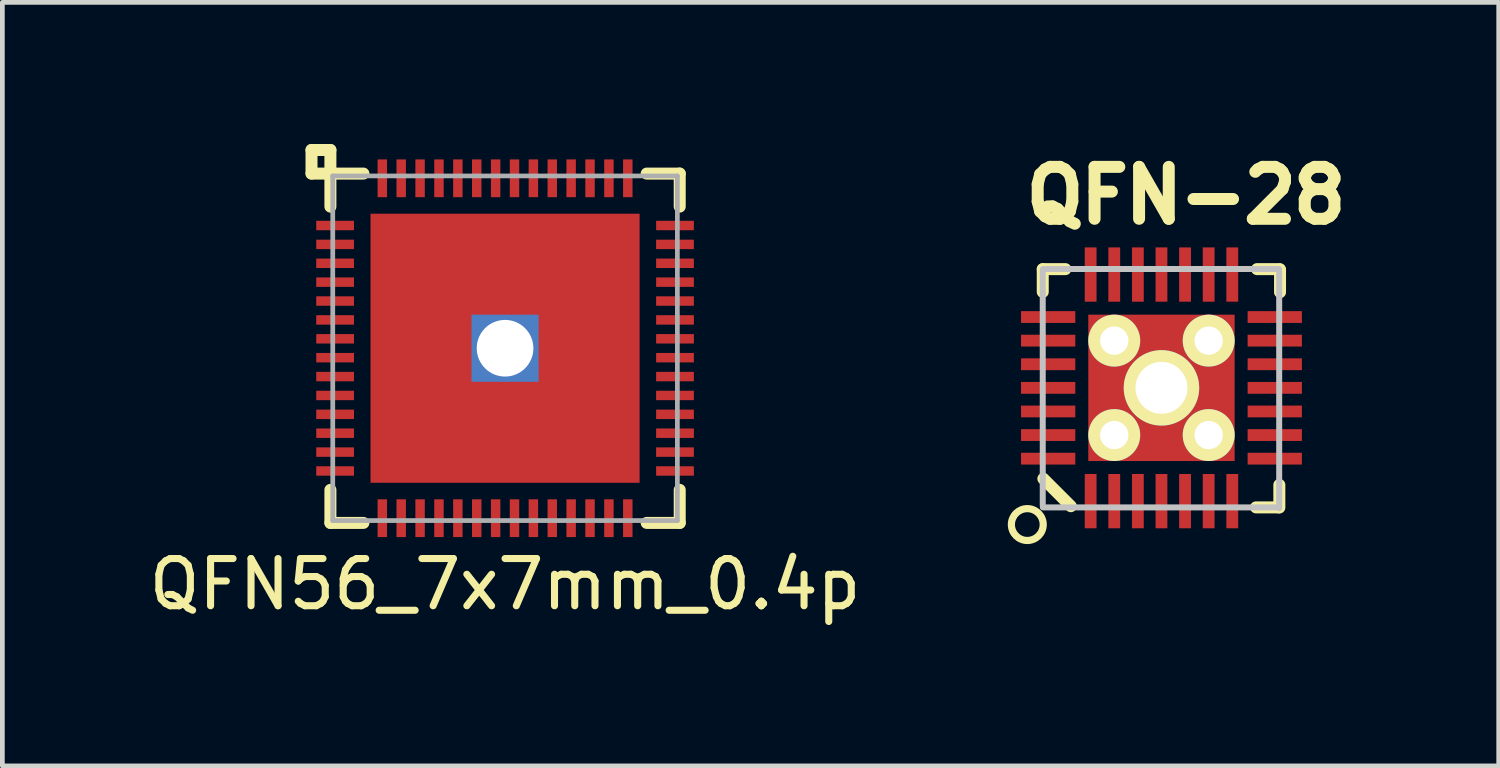
<source format=kicad_pcb>
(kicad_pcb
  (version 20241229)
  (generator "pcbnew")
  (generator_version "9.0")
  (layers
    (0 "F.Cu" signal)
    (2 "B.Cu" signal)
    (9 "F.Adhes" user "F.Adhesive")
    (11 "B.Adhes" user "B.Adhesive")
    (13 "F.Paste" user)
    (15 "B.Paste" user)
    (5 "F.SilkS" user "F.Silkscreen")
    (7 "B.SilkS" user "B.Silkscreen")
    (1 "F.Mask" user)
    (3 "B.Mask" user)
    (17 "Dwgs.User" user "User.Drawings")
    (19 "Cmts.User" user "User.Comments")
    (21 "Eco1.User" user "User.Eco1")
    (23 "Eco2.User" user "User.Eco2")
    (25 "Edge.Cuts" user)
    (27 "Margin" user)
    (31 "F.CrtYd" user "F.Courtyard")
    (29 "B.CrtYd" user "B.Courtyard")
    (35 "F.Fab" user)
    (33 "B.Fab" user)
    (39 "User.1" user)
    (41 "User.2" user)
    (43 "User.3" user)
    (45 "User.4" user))
  (footprint "QFN-28"
    (layer "F.Cu")
    (at 21.554 5.166)
    (property "Reference" "QFN-28" (at 0.521 -4.077 0) (layer "F.SilkS") (effects (font (size 1.1 1.1) (thickness 0.254))))
    (attr smd)
    (fp_line (start -2.515 -2.515) (end -2.035 -2.515) (stroke (width 0.254) (type solid)) (layer "F.SilkS"))
    (fp_line (start -2.515 -2.032) (end -2.515 -2.512) (stroke (width 0.254) (type solid)) (layer "F.SilkS"))
    (fp_line (start -2.502 1.925) (end -1.92 2.507) (stroke (width 0.254) (type solid)) (layer "F.SilkS"))
    (fp_line (start 2.002 2.532) (end 2.482 2.532) (stroke (width 0.254) (type solid)) (layer "F.SilkS"))
    (fp_line (start 2.497 2.535) (end 2.497 2.055) (stroke (width 0.254) (type solid)) (layer "F.SilkS"))
    (fp_line (start 2.504 -2.515) (end 2.024 -2.515) (stroke (width 0.254) (type solid)) (layer "F.SilkS"))
    (fp_line (start 2.512 -2.027) (end 2.512 -2.507) (stroke (width 0.254) (type solid)) (layer "F.SilkS"))
    (fp_circle (center -2.842 2.896) (end -3.081 3.134) (stroke (width 0.152) (type solid)) (fill no) (layer "F.SilkS"))
    (fp_line (start -1.417 0.47) (end -1.417 -0.472) (stroke (width 0.066) (type solid)) (layer "F.Paste"))
    (fp_line (start -1.415 -0.478) (end -0.742 -0.478) (stroke (width 0.066) (type solid)) (layer "F.Paste"))
    (fp_line (start -1.28 -0.378) (end -1.288 0.358) (stroke (width 0.254) (type solid)) (layer "F.Paste"))
    (fp_line (start -1.085 -0.368) (end -1.092 0.368) (stroke (width 0.254) (type solid)) (layer "F.Paste"))
    (fp_line (start -0.909 -0.366) (end -0.917 0.371) (stroke (width 0.254) (type solid)) (layer "F.Paste"))
    (fp_line (start -0.856 -0.386) (end -0.864 0.351) (stroke (width 0.254) (type solid)) (layer "F.Paste"))
    (fp_line (start -0.744 -0.478) (end -0.744 0.467) (stroke (width 0.066) (type solid)) (layer "F.Paste"))
    (fp_line (start -0.744 0.467) (end -1.417 0.47) (stroke (width 0.066) (type solid)) (layer "F.Paste"))
    (fp_line (start -0.467 -0.754) (end -0.467 -1.422) (stroke (width 0.066) (type solid)) (layer "F.Paste"))
    (fp_line (start -0.467 0.742) (end 0.478 0.747) (stroke (width 0.066) (type solid)) (layer "F.Paste"))
    (fp_line (start -0.467 1.417) (end -0.467 0.747) (stroke (width 0.066) (type solid)) (layer "F.Paste"))
    (fp_line (start -0.465 -1.425) (end 0.478 -1.425) (stroke (width 0.066) (type solid)) (layer "F.Paste"))
    (fp_line (start -0.465 -0.754) (end 0.475 -0.754) (stroke (width 0.066) (type solid)) (layer "F.Paste"))
    (fp_line (start -0.351 -1.326) (end 0.345 -1.328) (stroke (width 0.254) (type solid)) (layer "F.Paste"))
    (fp_line (start -0.348 -1.293) (end 0.348 -1.295) (stroke (width 0.254) (type solid)) (layer "F.Paste"))
    (fp_line (start -0.345 1.019) (end 0.351 1.016) (stroke (width 0.254) (type solid)) (layer "F.Paste"))
    (fp_line (start -0.345 1.179) (end 0.351 1.176) (stroke (width 0.254) (type solid)) (layer "F.Paste"))
    (fp_line (start -0.343 -1.13) (end 0.353 -1.133) (stroke (width 0.254) (type solid)) (layer "F.Paste"))
    (fp_line (start -0.34 0.859) (end 0.356 0.856) (stroke (width 0.254) (type solid)) (layer "F.Paste"))
    (fp_line (start -0.34 1.321) (end 0.356 1.318) (stroke (width 0.254) (type solid)) (layer "F.Paste"))
    (fp_line (start -0.333 -0.97) (end 0.363 -0.973) (stroke (width 0.254) (type solid)) (layer "F.Paste"))
    (fp_line (start -0.333 -0.864) (end 0.363 -0.866) (stroke (width 0.254) (type solid)) (layer "F.Paste"))
    (fp_line (start 0.478 -1.427) (end 0.478 -0.754) (stroke (width 0.066) (type solid)) (layer "F.Paste"))
    (fp_line (start 0.478 0.747) (end 0.478 1.417) (stroke (width 0.066) (type solid)) (layer "F.Paste"))
    (fp_line (start 0.478 1.417) (end -0.467 1.417) (stroke (width 0.066) (type solid)) (layer "F.Paste"))
    (fp_line (start 0.729 -0.48) (end 0.729 0.465) (stroke (width 0.066) (type solid)) (layer "F.Paste"))
    (fp_line (start 0.729 -0.478) (end 1.402 -0.478) (stroke (width 0.066) (type solid)) (layer "F.Paste"))
    (fp_line (start 0.729 0.467) (end 1.402 0.467) (stroke (width 0.066) (type solid)) (layer "F.Paste"))
    (fp_line (start 0.856 -0.376) (end 0.848 0.361) (stroke (width 0.254) (type solid)) (layer "F.Paste"))
    (fp_line (start 1.054 -0.373) (end 1.046 0.363) (stroke (width 0.254) (type solid)) (layer "F.Paste"))
    (fp_line (start 1.242 -0.373) (end 1.234 0.363) (stroke (width 0.254) (type solid)) (layer "F.Paste"))
    (fp_line (start 1.303 -0.378) (end 1.295 0.358) (stroke (width 0.254) (type solid)) (layer "F.Paste"))
    (fp_line (start 1.402 -0.48) (end 1.402 0.467) (stroke (width 0.066) (type solid)) (layer "F.Paste"))
    (fp_line (start -2.515 -2.504) (end -2.515 2.494) (stroke (width 0.127) (type solid)) (layer "Dwgs.User"))
    (fp_line (start -2.512 2.532) (end 2.487 2.532) (stroke (width 0.127) (type solid)) (layer "Dwgs.User"))
    (fp_line (start 2.492 -2.517) (end -2.507 -2.517) (stroke (width 0.127) (type solid)) (layer "Dwgs.User"))
    (fp_line (start 2.494 2.548) (end 2.494 -2.451) (stroke (width 0.127) (type solid)) (layer "Dwgs.User"))
    (pad "1" smd rect (at -1.5 2.4 90) (size 1.15 0.25) (layers "F.Cu" "F.Mask" "F.Paste"))
    (pad "2" smd rect (at -1 2.4 90) (size 1.15 0.25) (layers "F.Cu" "F.Mask" "F.Paste"))
    (pad "3" smd rect (at -0.5 2.4 90) (size 1.15 0.25) (layers "F.Cu" "F.Mask" "F.Paste"))
    (pad "4" smd rect (at 0 2.4 90) (size 1.15 0.25) (layers "F.Cu" "F.Mask" "F.Paste"))
    (pad "5" smd rect (at 0.5 2.4 90) (size 1.15 0.25) (layers "F.Cu" "F.Mask" "F.Paste"))
    (pad "6" smd rect (at 1 2.4 90) (size 1.15 0.25) (layers "F.Cu" "F.Mask" "F.Paste"))
    (pad "7" smd rect (at 1.5 2.4 90) (size 1.15 0.25) (layers "F.Cu" "F.Mask" "F.Paste"))
    (pad "8" smd rect (at 2.4 1.5 180) (size 1.15 0.25) (layers "F.Cu" "F.Mask" "F.Paste"))
    (pad "9" smd rect (at 2.4 1 180) (size 1.15 0.25) (layers "F.Cu" "F.Mask" "F.Paste"))
    (pad "10" smd rect (at 2.4 0.5 180) (size 1.15 0.25) (layers "F.Cu" "F.Mask" "F.Paste"))
    (pad "11" smd rect (at 2.4 0 180) (size 1.15 0.25) (layers "F.Cu" "F.Mask" "F.Paste"))
    (pad "12" smd rect (at 2.4 -0.5 180) (size 1.15 0.25) (layers "F.Cu" "F.Mask" "F.Paste"))
    (pad "13" smd rect (at 2.4 -1 180) (size 1.15 0.25) (layers "F.Cu" "F.Mask" "F.Paste"))
    (pad "14" smd rect (at 2.4 -1.5 180) (size 1.15 0.25) (layers "F.Cu" "F.Mask" "F.Paste"))
    (pad "15" smd rect (at 1.5 -2.4 270) (size 1.15 0.25) (layers "F.Cu" "F.Mask" "F.Paste"))
    (pad "16" smd rect (at 1 -2.4 270) (size 1.15 0.25) (layers "F.Cu" "F.Mask" "F.Paste"))
    (pad "17" smd rect (at 0.5 -2.4 270) (size 1.15 0.25) (layers "F.Cu" "F.Mask" "F.Paste"))
    (pad "18" smd rect (at 0 -2.4 270) (size 1.15 0.25) (layers "F.Cu" "F.Mask" "F.Paste"))
    (pad "19" smd rect (at -0.5 -2.4 270) (size 1.15 0.25) (layers "F.Cu" "F.Mask" "F.Paste"))
    (pad "20" smd rect (at -1 -2.4 270) (size 1.15 0.25) (layers "F.Cu" "F.Mask" "F.Paste"))
    (pad "21" smd rect (at -1.5 -2.4 270) (size 1.15 0.25) (layers "F.Cu" "F.Mask" "F.Paste"))
    (pad "22" smd rect (at -2.4 -1.5) (size 1.15 0.25) (layers "F.Cu" "F.Mask" "F.Paste"))
    (pad "23" smd rect (at -2.4 -1) (size 1.15 0.25) (layers "F.Cu" "F.Mask" "F.Paste"))
    (pad "24" smd rect (at -2.4 -0.5) (size 1.15 0.25) (layers "F.Cu" "F.Mask" "F.Paste"))
    (pad "25" smd rect (at -2.4 0) (size 1.15 0.25) (layers "F.Cu" "F.Mask" "F.Paste"))
    (pad "26" smd rect (at -2.4 0.5) (size 1.15 0.25) (layers "F.Cu" "F.Mask" "F.Paste"))
    (pad "27" smd rect (at -2.4 1) (size 1.15 0.25) (layers "F.Cu" "F.Mask" "F.Paste"))
    (pad "28" smd rect (at -2.4 1.5) (size 1.15 0.25) (layers "F.Cu" "F.Mask" "F.Paste"))
    (pad "29" thru_hole circle (at -1 -1) (size 1.1 1.1) (drill 0.6) (layers "*.Cu" "F.Mask" "F.SilkS"))
    (pad "29" thru_hole circle (at -1 1) (size 1.1 1.1) (drill 0.6) (layers "*.Cu" "F.Mask" "F.SilkS"))
    (pad "29" thru_hole circle (at 0 0) (size 1.6 1.6) (drill 1.1) (layers "*.Cu" "F.Mask" "F.SilkS"))
    (pad "29" smd rect (at 0 0 90) (size 3.1 3.1) (layers "F.Cu" "F.Mask"))
    (pad "29" thru_hole circle (at 1 -1) (size 1.1 1.1) (drill 0.6) (layers "*.Cu" "F.Mask" "F.SilkS"))
    (pad "29" thru_hole circle (at 1 1) (size 1.1 1.1) (drill 0.6) (layers "*.Cu" "F.Mask" "F.SilkS")))
  (footprint "QFN56_7x7mm_0.4p"
    (layer "F.Cu")
    (at 7.649 4.327)
    (property "Reference" "QFN56_7x7mm_0.4p" (at 0 5 0) (layer "F.SilkS") (effects (font (size 1 1) (thickness 0.15))))
    (attr through_hole)
    (fp_line (start -4.1 -4.2) (end -3.7 -4.2) (stroke (width 0.254) (type solid)) (layer "F.SilkS"))
    (fp_line (start -4.1 -3.7) (end -4.1 -4.2) (stroke (width 0.254) (type solid)) (layer "F.SilkS"))
    (fp_line (start -3.7 -4.2) (end -3.7 -3) (stroke (width 0.254) (type solid)) (layer "F.SilkS"))
    (fp_line (start -3.7 3.7) (end -3.7 3) (stroke (width 0.254) (type solid)) (layer "F.SilkS"))
    (fp_line (start -3 -3.7) (end -4.1 -3.7) (stroke (width 0.254) (type solid)) (layer "F.SilkS"))
    (fp_line (start -3 3.7) (end -3.7 3.7) (stroke (width 0.254) (type solid)) (layer "F.SilkS"))
    (fp_line (start 3 -3.7) (end 3.7 -3.7) (stroke (width 0.254) (type solid)) (layer "F.SilkS"))
    (fp_line (start 3.7 -3.7) (end 3.7 -3) (stroke (width 0.254) (type solid)) (layer "F.SilkS"))
    (fp_line (start 3.7 3) (end 3.7 3.7) (stroke (width 0.254) (type solid)) (layer "F.SilkS"))
    (fp_line (start 3.7 3.7) (end 3 3.7) (stroke (width 0.254) (type solid)) (layer "F.SilkS"))
    (fp_line (start -3.65 -3.65) (end 3.65 -3.65) (stroke (width 0.1) (type solid)) (layer "F.Fab"))
    (fp_line (start -3.65 3.65) (end -3.65 -3.65) (stroke (width 0.1) (type solid)) (layer "F.Fab"))
    (fp_line (start 3.65 -3.65) (end 3.65 3.65) (stroke (width 0.1) (type solid)) (layer "F.Fab"))
    (fp_line (start 3.65 3.65) (end -3.65 3.65) (stroke (width 0.1) (type solid)) (layer "F.Fab"))
    (pad "" smd rect (at -1.6 -1.8) (size 2.2 1.6) (layers "F.Paste"))
    (pad "" smd rect (at -1.6 1.8) (size 2.2 1.6) (layers "F.Paste"))
    (pad "" smd rect (at 1.6 -1.8) (size 2.2 1.6) (layers "F.Paste"))
    (pad "" smd rect (at 1.6 1.8) (size 2.2 1.6) (layers "F.Paste"))
    (pad "0" thru_hole rect (at 0 0) (size 1.422 1.422) (drill 1.2) (layers "*.Cu" "*.Mask"))
    (pad "0" smd rect (at 0 0) (size 5.7 5.7) (layers "F.Cu" "F.Mask"))
    (pad "1" smd rect (at -3.6 -2.6 90) (size 0.2 0.8) (layers "F.Cu" "F.Mask" "F.Paste"))
    (pad "2" smd rect (at -3.6 -2.2 90) (size 0.2 0.8) (layers "F.Cu" "F.Mask" "F.Paste"))
    (pad "3" smd rect (at -3.6 -1.8 90) (size 0.2 0.8) (layers "F.Cu" "F.Mask" "F.Paste"))
    (pad "4" smd rect (at -3.6 -1.4 90) (size 0.2 0.8) (layers "F.Cu" "F.Mask" "F.Paste"))
    (pad "5" smd rect (at -3.6 -1 90) (size 0.2 0.8) (layers "F.Cu" "F.Mask" "F.Paste"))
    (pad "6" smd rect (at -3.6 -0.6 90) (size 0.2 0.8) (layers "F.Cu" "F.Mask" "F.Paste"))
    (pad "7" smd rect (at -3.6 -0.2 90) (size 0.2 0.8) (layers "F.Cu" "F.Mask" "F.Paste"))
    (pad "8" smd rect (at -3.6 0.2 90) (size 0.2 0.8) (layers "F.Cu" "F.Mask" "F.Paste"))
    (pad "9" smd rect (at -3.6 0.6 90) (size 0.2 0.8) (layers "F.Cu" "F.Mask" "F.Paste"))
    (pad "10" smd rect (at -3.6 1 90) (size 0.2 0.8) (layers "F.Cu" "F.Mask" "F.Paste"))
    (pad "11" smd rect (at -3.6 1.4 90) (size 0.2 0.8) (layers "F.Cu" "F.Mask" "F.Paste"))
    (pad "12" smd rect (at -3.6 1.8 90) (size 0.2 0.8) (layers "F.Cu" "F.Mask" "F.Paste"))
    (pad "13" smd rect (at -3.6 2.2 90) (size 0.2 0.8) (layers "F.Cu" "F.Mask" "F.Paste"))
    (pad "14" smd rect (at -3.6 2.6 90) (size 0.2 0.8) (layers "F.Cu" "F.Mask" "F.Paste"))
    (pad "15" smd rect (at -2.6 3.6 180) (size 0.2 0.8) (layers "F.Cu" "F.Mask" "F.Paste"))
    (pad "16" smd rect (at -2.2 3.6) (size 0.2 0.8) (layers "F.Cu" "F.Mask" "F.Paste"))
    (pad "17" smd rect (at -1.8 3.6) (size 0.2 0.8) (layers "F.Cu" "F.Mask" "F.Paste"))
    (pad "18" smd rect (at -1.4 3.6) (size 0.2 0.8) (layers "F.Cu" "F.Mask" "F.Paste"))
    (pad "19" smd rect (at -1 3.6) (size 0.2 0.8) (layers "F.Cu" "F.Mask" "F.Paste"))
    (pad "20" smd rect (at -0.6 3.6) (size 0.2 0.8) (layers "F.Cu" "F.Mask" "F.Paste"))
    (pad "21" smd rect (at -0.2 3.6) (size 0.2 0.8) (layers "F.Cu" "F.Mask" "F.Paste"))
    (pad "22" smd rect (at 0.2 3.6) (size 0.2 0.8) (layers "F.Cu" "F.Mask" "F.Paste"))
    (pad "23" smd rect (at 0.6 3.6) (size 0.2 0.8) (layers "F.Cu" "F.Mask" "F.Paste"))
    (pad "24" smd rect (at 1 3.6) (size 0.2 0.8) (layers "F.Cu" "F.Mask" "F.Paste"))
    (pad "25" smd rect (at 1.4 3.6) (size 0.2 0.8) (layers "F.Cu" "F.Mask" "F.Paste"))
    (pad "26" smd rect (at 1.8 3.6) (size 0.2 0.8) (layers "F.Cu" "F.Mask" "F.Paste"))
    (pad "27" smd rect (at 2.2 3.6) (size 0.2 0.8) (layers "F.Cu" "F.Mask" "F.Paste"))
    (pad "28" smd rect (at 2.6 3.6) (size 0.2 0.8) (layers "F.Cu" "F.Mask" "F.Paste"))
    (pad "29" smd rect (at 3.6 2.6 270) (size 0.2 0.8) (layers "F.Cu" "F.Mask" "F.Paste"))
    (pad "30" smd rect (at 3.6 2.2 270) (size 0.2 0.8) (layers "F.Cu" "F.Mask" "F.Paste"))
    (pad "31" smd rect (at 3.6 1.8 270) (size 0.2 0.8) (layers "F.Cu" "F.Mask" "F.Paste"))
    (pad "32" smd rect (at 3.6 1.4 270) (size 0.2 0.8) (layers "F.Cu" "F.Mask" "F.Paste"))
    (pad "33" smd rect (at 3.6 1 270) (size 0.2 0.8) (layers "F.Cu" "F.Mask" "F.Paste"))
    (pad "34" smd rect (at 3.6 0.6 270) (size 0.2 0.8) (layers "F.Cu" "F.Mask" "F.Paste"))
    (pad "35" smd rect (at 3.6 0.2 270) (size 0.2 0.8) (layers "F.Cu" "F.Mask" "F.Paste"))
    (pad "36" smd rect (at 3.6 -0.2 270) (size 0.2 0.8) (layers "F.Cu" "F.Mask" "F.Paste"))
    (pad "37" smd rect (at 3.6 -0.6 270) (size 0.2 0.8) (layers "F.Cu" "F.Mask" "F.Paste"))
    (pad "38" smd rect (at 3.6 -1 270) (size 0.2 0.8) (layers "F.Cu" "F.Mask" "F.Paste"))
    (pad "39" smd rect (at 3.6 -1.4 270) (size 0.2 0.8) (layers "F.Cu" "F.Mask" "F.Paste"))
    (pad "40" smd rect (at 3.6 -1.8 270) (size 0.2 0.8) (layers "F.Cu" "F.Mask" "F.Paste"))
    (pad "41" smd rect (at 3.6 -2.2 270) (size 0.2 0.8) (layers "F.Cu" "F.Mask" "F.Paste"))
    (pad "42" smd rect (at 3.6 -2.6 270) (size 0.2 0.8) (layers "F.Cu" "F.Mask" "F.Paste"))
    (pad "43" smd rect (at 2.6 -3.6) (size 0.2 0.8) (layers "F.Cu" "F.Mask" "F.Paste"))
    (pad "44" smd rect (at 2.2 -3.6) (size 0.2 0.8) (layers "F.Cu" "F.Mask" "F.Paste"))
    (pad "45" smd rect (at 1.8 -3.6) (size 0.2 0.8) (layers "F.Cu" "F.Mask" "F.Paste"))
    (pad "46" smd rect (at 1.4 -3.6) (size 0.2 0.8) (layers "F.Cu" "F.Mask" "F.Paste"))
    (pad "47" smd rect (at 1 -3.6) (size 0.2 0.8) (layers "F.Cu" "F.Mask" "F.Paste"))
    (pad "48" smd rect (at 0.6 -3.6) (size 0.2 0.8) (layers "F.Cu" "F.Mask" "F.Paste"))
    (pad "49" smd rect (at 0.2 -3.6) (size 0.2 0.8) (layers "F.Cu" "F.Mask" "F.Paste"))
    (pad "50" smd rect (at -0.2 -3.6) (size 0.2 0.8) (layers "F.Cu" "F.Mask" "F.Paste"))
    (pad "51" smd rect (at -0.6 -3.6) (size 0.2 0.8) (layers "F.Cu" "F.Mask" "F.Paste"))
    (pad "52" smd rect (at -1 -3.6) (size 0.2 0.8) (layers "F.Cu" "F.Mask" "F.Paste"))
    (pad "53" smd rect (at -1.4 -3.6) (size 0.2 0.8) (layers "F.Cu" "F.Mask" "F.Paste"))
    (pad "54" smd rect (at -1.8 -3.6) (size 0.2 0.8) (layers "F.Cu" "F.Mask" "F.Paste"))
    (pad "55" smd rect (at -2.2 -3.6) (size 0.2 0.8) (layers "F.Cu" "F.Mask" "F.Paste"))
    (pad "56" smd rect (at -2.6 -3.6) (size 0.2 0.8) (layers "F.Cu" "F.Mask" "F.Paste")))
  (gr_rect
    (start -3 -3)
    (end 28.698 13.175)
    (stroke (width 0.1) (type default))
    (fill no)
    (layer "Edge.Cuts")))
</source>
